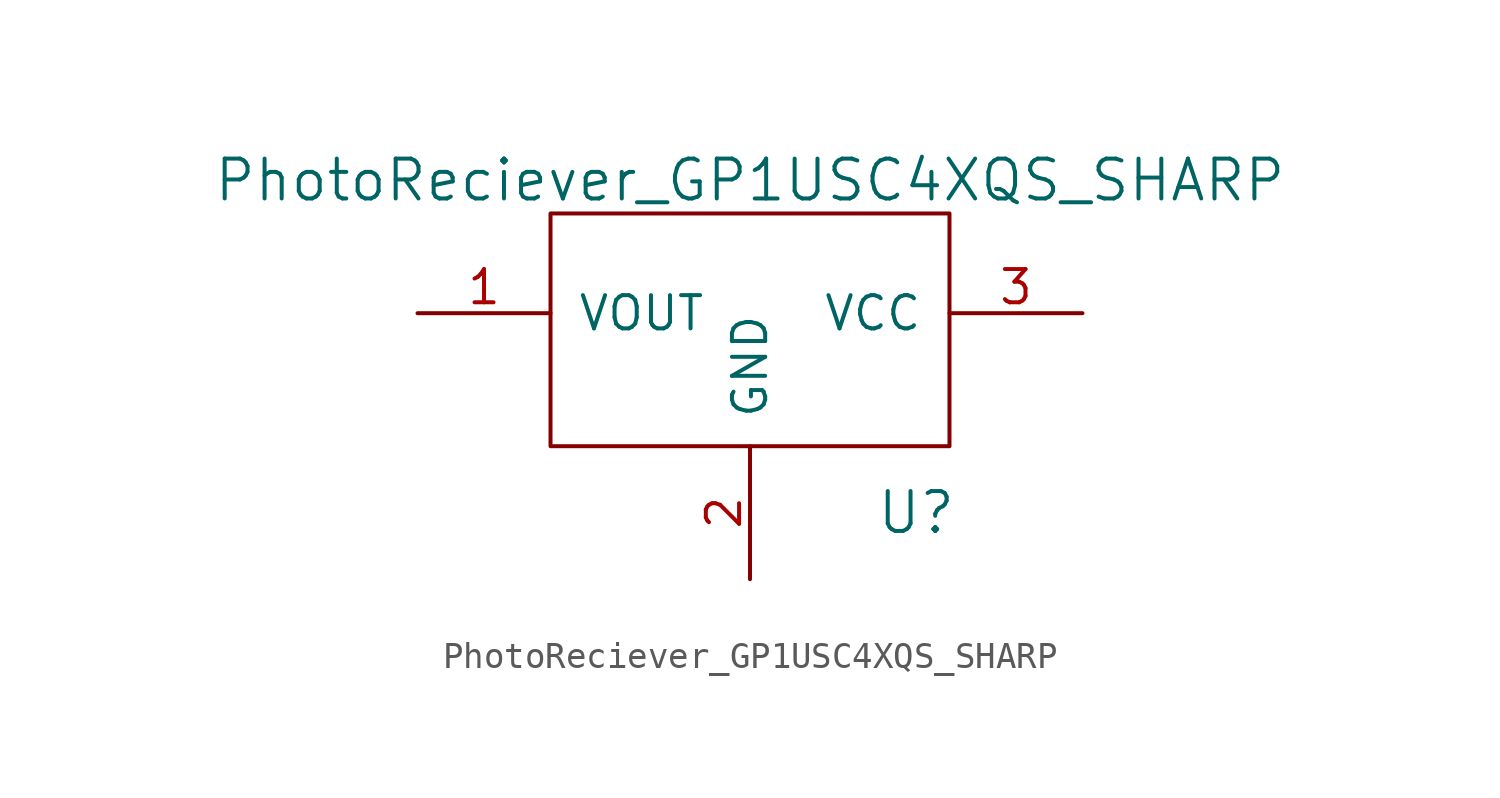
<source format=kicad_sym>
(kicad_symbol_lib
  (version 20220914)
  (generator kicad_symbol_editor)
  (symbol "PhotoReciever_GP1USC4XQS_SHARP"
    (pin_names
      (offset 1.016))
    (property "Reference" "U"
      (at 6.35 -6.35 0)
      (effects (font (size 1.524 1.524))))
    (property "Value" "PhotoReciever_GP1USC4XQS_SHARP"
      (at 0 6.35 0)
      (effects (font (size 1.524 1.524))))
    (property "Footprint" ""
      (at 0 -5.08 0)
      (effects (font (size 1.524 1.524))))
    (property "Datasheet" ""
      (at 0 -5.08 0)
      (effects (font (size 1.524 1.524))))
    (symbol "PhotoReciever_GP1USC4XQS_SHARP_0_1"
      (rectangle (start -7.62 5.08) (end 7.62 -3.81) (stroke (width 0) (type solid)) (fill (type none))))
    (symbol "PhotoReciever_GP1USC4XQS_SHARP_1_1"
      (pin input line (at -12.7 1.27 0) (length 5.08) (name "VOUT" (effects (font (size 1.27 1.27)))) (number "1" (effects (font (size 1.27 1.27)))))
      (pin input line (at 0 -8.89 90) (length 5.08) (name "GND" (effects (font (size 1.27 1.27)))) (number "2" (effects (font (size 1.27 1.27)))))
      (pin input line (at 12.7 1.27 180) (length 5.08) (name "VCC" (effects (font (size 1.27 1.27)))) (number "3" (effects (font (size 1.27 1.27))))))))
</source>
